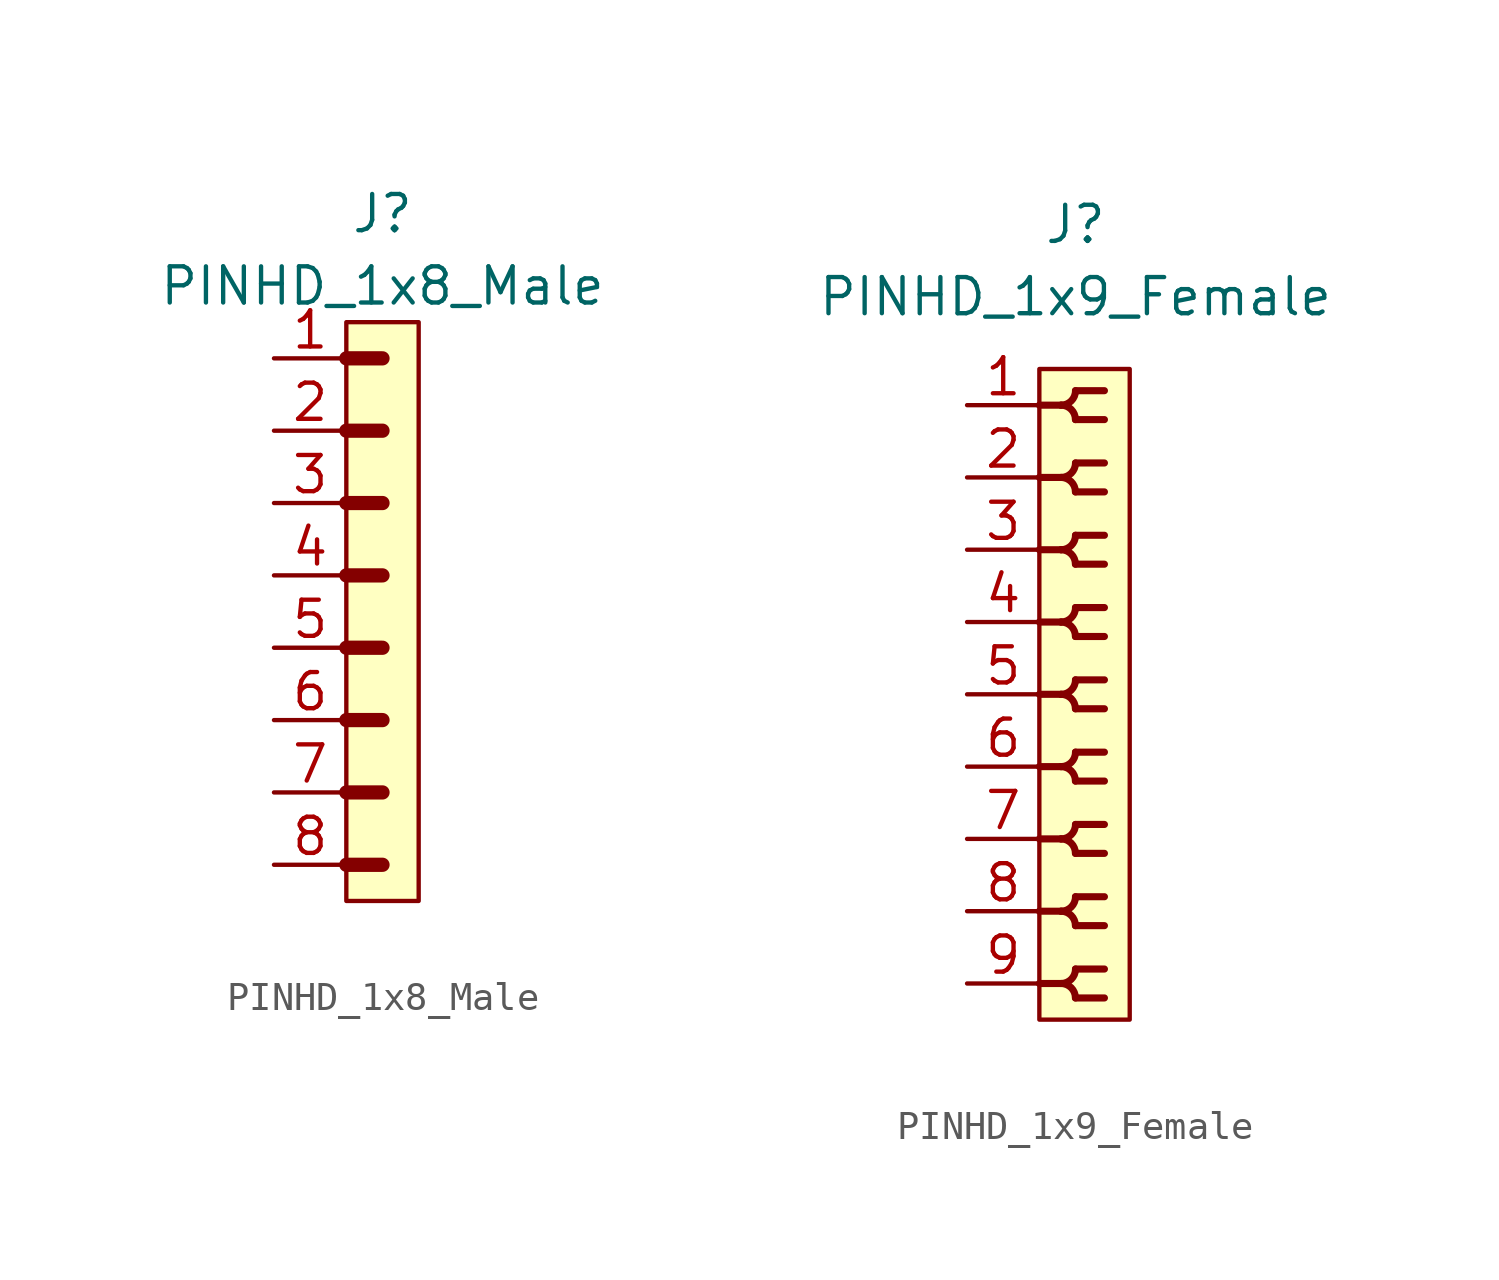
<source format=kicad_sym>
(kicad_symbol_lib
  (version 20211014)
  (generator kicad_symbol_editor)
  (symbol "PINHD_1x8_Male"
    (property "Reference" "J"
      (at 0 13.97 0)
      (effects (font (size 1.27 1.27))))
    (property "Value" "PINHD_1x8_Male"
      (at 0 11.43 0)
      (effects (font (size 1.27 1.27))))
    (symbol "PINHD_1x8_Male_0_1"
      (rectangle (start -1.27 10.16) (end 1.27 -10.16) (stroke (width 0) (type default) (color 0 0 0 0)) (fill (type background)))
      (polyline (pts (xy -1.27 -8.89) (xy 0 -8.89)) (stroke (width 0.3) (type default) (color 0 0 0 0)) (fill (type none)))
      (polyline (pts (xy -1.27 -8.89) (xy 0 -8.89)) (stroke (width 0.5) (type default) (color 0 0 0 0)) (fill (type none)))
      (polyline (pts (xy -1.27 -6.35) (xy 0 -6.35)) (stroke (width 0.3) (type default) (color 0 0 0 0)) (fill (type none)))
      (polyline (pts (xy -1.27 -6.35) (xy 0 -6.35)) (stroke (width 0.5) (type default) (color 0 0 0 0)) (fill (type none)))
      (polyline (pts (xy -1.27 -3.81) (xy 0 -3.81)) (stroke (width 0.3) (type default) (color 0 0 0 0)) (fill (type none)))
      (polyline (pts (xy -1.27 -3.81) (xy 0 -3.81)) (stroke (width 0.5) (type default) (color 0 0 0 0)) (fill (type none)))
      (polyline (pts (xy -1.27 -1.27) (xy 0 -1.27)) (stroke (width 0.3) (type default) (color 0 0 0 0)) (fill (type none)))
      (polyline (pts (xy -1.27 -1.27) (xy 0 -1.27)) (stroke (width 0.5) (type default) (color 0 0 0 0)) (fill (type none)))
      (polyline (pts (xy -1.27 1.27) (xy 0 1.27)) (stroke (width 0.3) (type default) (color 0 0 0 0)) (fill (type none)))
      (polyline (pts (xy -1.27 1.27) (xy 0 1.27)) (stroke (width 0.5) (type default) (color 0 0 0 0)) (fill (type none)))
      (polyline (pts (xy -1.27 3.81) (xy 0 3.81)) (stroke (width 0.3) (type default) (color 0 0 0 0)) (fill (type none)))
      (polyline (pts (xy -1.27 3.81) (xy 0 3.81)) (stroke (width 0.5) (type default) (color 0 0 0 0)) (fill (type none)))
      (polyline (pts (xy -1.27 6.35) (xy 0 6.35)) (stroke (width 0.3) (type default) (color 0 0 0 0)) (fill (type none)))
      (polyline (pts (xy -1.27 6.35) (xy 0 6.35)) (stroke (width 0.5) (type default) (color 0 0 0 0)) (fill (type none)))
      (polyline (pts (xy -1.27 8.89) (xy 0 8.89)) (stroke (width 0.3) (type default) (color 0 0 0 0)) (fill (type none)))
      (polyline (pts (xy -1.27 8.89) (xy 0 8.89)) (stroke (width 0.5) (type default) (color 0 0 0 0)) (fill (type none))))
    (symbol "PINHD_1x8_Male_1_1"
      (pin passive line (at -3.81 8.89 0) (length 2.54) (name "" (effects (font (size 1.27 1.27)))) (number "1" (effects (font (size 1.27 1.27)))))
      (pin passive line (at -3.81 6.35 0) (length 2.54) (name "" (effects (font (size 1.27 1.27)))) (number "2" (effects (font (size 1.27 1.27)))))
      (pin passive line (at -3.81 3.81 0) (length 2.54) (name "" (effects (font (size 1.27 1.27)))) (number "3" (effects (font (size 1.27 1.27)))))
      (pin passive line (at -3.81 1.27 0) (length 2.54) (name "" (effects (font (size 1.27 1.27)))) (number "4" (effects (font (size 1.27 1.27)))))
      (pin passive line (at -3.81 -1.27 0) (length 2.54) (name "" (effects (font (size 1.27 1.27)))) (number "5" (effects (font (size 1.27 1.27)))))
      (pin passive line (at -3.81 -3.81 0) (length 2.54) (name "" (effects (font (size 1.27 1.27)))) (number "6" (effects (font (size 1.27 1.27)))))
      (pin passive line (at -3.81 -6.35 0) (length 2.54) (name "" (effects (font (size 1.27 1.27)))) (number "7" (effects (font (size 1.27 1.27)))))
      (pin passive line (at -3.81 -8.89 0) (length 2.54) (name "" (effects (font (size 1.27 1.27)))) (number "8" (effects (font (size 1.27 1.27)))))))
  (symbol "PINHD_1x9_Female"
    (property "Reference" "J"
      (at 0 16.51 0)
      (effects (font (size 1.27 1.27))))
    (property "Value" "PINHD_1x9_Female"
      (at 0 13.97 0)
      (effects (font (size 1.27 1.27))))
    (symbol "PINHD_1x9_Female_0_1"
      (rectangle (start -1.27 11.43) (end 1.905 -11.43) (stroke (width 0) (type default) (color 0 0 0 0)) (fill (type background)))
      (arc (start -0.508 -10.16) (mid 0.3592 -10.5192) (end 0 -9.652) (stroke (width 0.25) (type default) (color 0 0 0 0)) (fill (type none)))
      (arc (start -0.508 -7.62) (mid 0.3592 -7.9792) (end 0 -7.112) (stroke (width 0.25) (type default) (color 0 0 0 0)) (fill (type none)))
      (arc (start -0.508 -5.08) (mid 0.3592 -5.4392) (end 0 -4.572) (stroke (width 0.25) (type default) (color 0 0 0 0)) (fill (type none)))
      (arc (start -0.508 -2.54) (mid 0.3592 -2.8992) (end 0 -2.032) (stroke (width 0.25) (type default) (color 0 0 0 0)) (fill (type none)))
      (arc (start -0.508 0) (mid 0.3592 -0.3592) (end 0 0.508) (stroke (width 0.25) (type default) (color 0 0 0 0)) (fill (type none)))
      (arc (start -0.508 2.54) (mid 0.3592 2.1808) (end 0 3.048) (stroke (width 0.25) (type default) (color 0 0 0 0)) (fill (type none)))
      (arc (start -0.508 5.08) (mid 0.3592 4.7208) (end 0 5.588) (stroke (width 0.25) (type default) (color 0 0 0 0)) (fill (type none)))
      (arc (start -0.508 7.62) (mid 0.3592 7.2608) (end 0 8.128) (stroke (width 0.25) (type default) (color 0 0 0 0)) (fill (type none)))
      (arc (start -0.508 10.16) (mid 0.3592 9.8008) (end 0 10.668) (stroke (width 0.25) (type default) (color 0 0 0 0)) (fill (type none)))
      (arc (start 0 -10.668) (mid 0.3592 -9.8008) (end -0.508 -10.16) (stroke (width 0.25) (type default) (color 0 0 0 0)) (fill (type none)))
      (arc (start 0 -8.128) (mid 0.3592 -7.2608) (end -0.508 -7.62) (stroke (width 0.25) (type default) (color 0 0 0 0)) (fill (type none)))
      (arc (start 0 -5.588) (mid 0.3592 -4.7208) (end -0.508 -5.08) (stroke (width 0.25) (type default) (color 0 0 0 0)) (fill (type none)))
      (arc (start 0 -3.048) (mid 0.3592 -2.1808) (end -0.508 -2.54) (stroke (width 0.25) (type default) (color 0 0 0 0)) (fill (type none)))
      (arc (start 0 -0.508) (mid 0.3592 0.3592) (end -0.508 0) (stroke (width 0.25) (type default) (color 0 0 0 0)) (fill (type none)))
      (polyline (pts (xy -1.27 -10.16) (xy -0.508 -10.16)) (stroke (width 0.25) (type default) (color 0 0 0 0)) (fill (type none)))
      (polyline (pts (xy -1.27 -7.62) (xy -0.508 -7.62)) (stroke (width 0.25) (type default) (color 0 0 0 0)) (fill (type none)))
      (polyline (pts (xy -1.27 -5.08) (xy -0.508 -5.08)) (stroke (width 0.25) (type default) (color 0 0 0 0)) (fill (type none)))
      (polyline (pts (xy -1.27 -2.54) (xy -0.508 -2.54)) (stroke (width 0.25) (type default) (color 0 0 0 0)) (fill (type none)))
      (polyline (pts (xy -1.27 0) (xy -0.508 0)) (stroke (width 0.25) (type default) (color 0 0 0 0)) (fill (type none)))
      (polyline (pts (xy -1.27 2.54) (xy -0.508 2.54)) (stroke (width 0.25) (type default) (color 0 0 0 0)) (fill (type none)))
      (polyline (pts (xy -1.27 5.08) (xy -0.508 5.08)) (stroke (width 0.25) (type default) (color 0 0 0 0)) (fill (type none)))
      (polyline (pts (xy -1.27 7.62) (xy -0.508 7.62)) (stroke (width 0.25) (type default) (color 0 0 0 0)) (fill (type none)))
      (polyline (pts (xy -1.27 10.16) (xy -0.508 10.16)) (stroke (width 0.25) (type default) (color 0 0 0 0)) (fill (type none)))
      (polyline (pts (xy 0 -10.668) (xy 1.016 -10.668)) (stroke (width 0.25) (type default) (color 0 0 0 0)) (fill (type none)))
      (polyline (pts (xy 0 -9.652) (xy 1.016 -9.652)) (stroke (width 0.25) (type default) (color 0 0 0 0)) (fill (type none)))
      (polyline (pts (xy 0 -8.128) (xy 1.016 -8.128)) (stroke (width 0.25) (type default) (color 0 0 0 0)) (fill (type none)))
      (polyline (pts (xy 0 -7.112) (xy 1.016 -7.112)) (stroke (width 0.25) (type default) (color 0 0 0 0)) (fill (type none)))
      (polyline (pts (xy 0 -5.588) (xy 1.016 -5.588)) (stroke (width 0.25) (type default) (color 0 0 0 0)) (fill (type none)))
      (polyline (pts (xy 0 -4.572) (xy 1.016 -4.572)) (stroke (width 0.25) (type default) (color 0 0 0 0)) (fill (type none)))
      (polyline (pts (xy 0 -3.048) (xy 1.016 -3.048)) (stroke (width 0.25) (type default) (color 0 0 0 0)) (fill (type none)))
      (polyline (pts (xy 0 -2.032) (xy 1.016 -2.032)) (stroke (width 0.25) (type default) (color 0 0 0 0)) (fill (type none)))
      (polyline (pts (xy 0 -0.508) (xy 1.016 -0.508)) (stroke (width 0.25) (type default) (color 0 0 0 0)) (fill (type none)))
      (polyline (pts (xy 0 0.508) (xy 1.016 0.508)) (stroke (width 0.25) (type default) (color 0 0 0 0)) (fill (type none)))
      (polyline (pts (xy 0 2.032) (xy 1.016 2.032)) (stroke (width 0.25) (type default) (color 0 0 0 0)) (fill (type none)))
      (polyline (pts (xy 0 3.048) (xy 1.016 3.048)) (stroke (width 0.25) (type default) (color 0 0 0 0)) (fill (type none)))
      (polyline (pts (xy 0 4.572) (xy 1.016 4.572)) (stroke (width 0.25) (type default) (color 0 0 0 0)) (fill (type none)))
      (polyline (pts (xy 0 5.588) (xy 1.016 5.588)) (stroke (width 0.25) (type default) (color 0 0 0 0)) (fill (type none)))
      (polyline (pts (xy 0 7.112) (xy 1.016 7.112)) (stroke (width 0.25) (type default) (color 0 0 0 0)) (fill (type none)))
      (polyline (pts (xy 0 8.128) (xy 1.016 8.128)) (stroke (width 0.25) (type default) (color 0 0 0 0)) (fill (type none)))
      (polyline (pts (xy 0 9.652) (xy 1.016 9.652)) (stroke (width 0.25) (type default) (color 0 0 0 0)) (fill (type none)))
      (polyline (pts (xy 0 10.668) (xy 1.016 10.668)) (stroke (width 0.25) (type default) (color 0 0 0 0)) (fill (type none)))
      (arc (start 0 2.032) (mid 0.3592 2.8992) (end -0.508 2.54) (stroke (width 0.25) (type default) (color 0 0 0 0)) (fill (type none)))
      (arc (start 0 4.572) (mid 0.3592 5.4392) (end -0.508 5.08) (stroke (width 0.25) (type default) (color 0 0 0 0)) (fill (type none)))
      (arc (start 0 7.112) (mid 0.3592 7.9792) (end -0.508 7.62) (stroke (width 0.25) (type default) (color 0 0 0 0)) (fill (type none)))
      (arc (start 0 9.652) (mid 0.3592 10.5192) (end -0.508 10.16) (stroke (width 0.25) (type default) (color 0 0 0 0)) (fill (type none))))
    (symbol "PINHD_1x9_Female_1_1"
      (pin passive line (at -3.81 10.16 0) (length 2.54) (name "" (effects (font (size 1.27 1.27)))) (number "1" (effects (font (size 1.27 1.27)))))
      (pin passive line (at -3.81 7.62 0) (length 2.54) (name "" (effects (font (size 1.27 1.27)))) (number "2" (effects (font (size 1.27 1.27)))))
      (pin passive line (at -3.81 5.08 0) (length 2.54) (name "" (effects (font (size 1.27 1.27)))) (number "3" (effects (font (size 1.27 1.27)))))
      (pin passive line (at -3.81 2.54 0) (length 2.54) (name "" (effects (font (size 1.27 1.27)))) (number "4" (effects (font (size 1.27 1.27)))))
      (pin passive line (at -3.81 0 0) (length 2.54) (name "" (effects (font (size 1.27 1.27)))) (number "5" (effects (font (size 1.27 1.27)))))
      (pin passive line (at -3.81 -2.54 0) (length 2.54) (name "" (effects (font (size 1.27 1.27)))) (number "6" (effects (font (size 1.27 1.27)))))
      (pin passive line (at -3.81 -5.08 0) (length 2.54) (name "" (effects (font (size 1.27 1.27)))) (number "7" (effects (font (size 1.27 1.27)))))
      (pin passive line (at -3.81 -7.62 0) (length 2.54) (name "" (effects (font (size 1.27 1.27)))) (number "8" (effects (font (size 1.27 1.27)))))
      (pin passive line (at -3.81 -10.16 0) (length 2.54) (name "" (effects (font (size 1.27 1.27)))) (number "9" (effects (font (size 1.27 1.27))))))))
</source>
